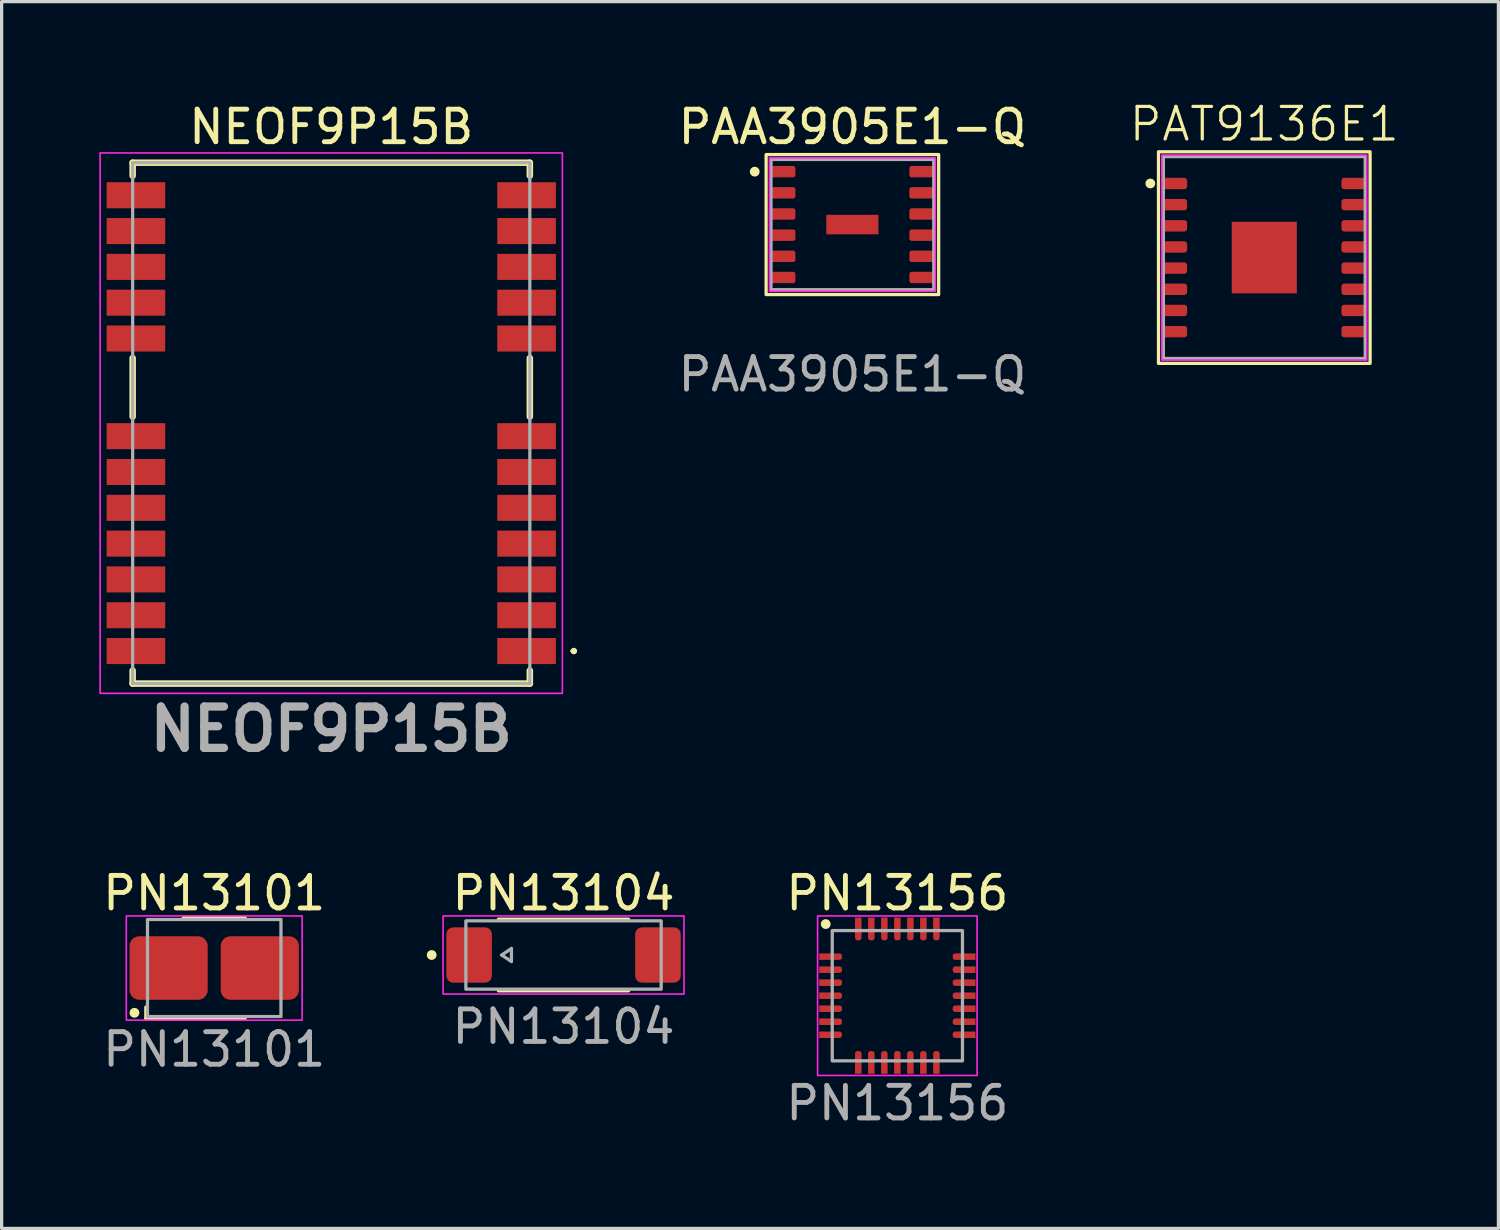
<source format=kicad_pcb>
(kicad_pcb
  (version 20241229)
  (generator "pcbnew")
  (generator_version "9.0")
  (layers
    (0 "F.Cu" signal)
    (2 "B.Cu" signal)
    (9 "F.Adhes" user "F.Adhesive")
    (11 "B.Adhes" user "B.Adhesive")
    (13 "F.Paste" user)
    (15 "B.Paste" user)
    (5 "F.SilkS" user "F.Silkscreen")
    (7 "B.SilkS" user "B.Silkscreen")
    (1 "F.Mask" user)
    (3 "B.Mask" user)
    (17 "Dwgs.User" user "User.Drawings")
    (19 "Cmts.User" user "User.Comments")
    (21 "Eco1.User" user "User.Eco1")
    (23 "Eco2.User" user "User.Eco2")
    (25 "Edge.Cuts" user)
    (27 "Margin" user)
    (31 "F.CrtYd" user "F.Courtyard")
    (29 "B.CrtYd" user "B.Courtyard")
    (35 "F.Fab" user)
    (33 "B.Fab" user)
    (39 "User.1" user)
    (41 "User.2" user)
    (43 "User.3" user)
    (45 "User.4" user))
  (footprint "PN13101"
    (layer "F.Cu")
    (at 3.53 26.685)
    (property "Reference" "PN13101" (at 0 -2.3 0) (unlocked yes) (layer "F.SilkS") (effects (font (size 1 1) (thickness 0.15))))
    (attr smd board_only exclude_from_pos_files exclude_from_bom)
    (fp_line (start -2.1 1.55) (end -2.1 1.2) (stroke (width 0.1) (type default)) (layer "F.SilkS"))
    (fp_line (start -2.1 1.55) (end 0.95 1.55) (stroke (width 0.1) (type solid)) (layer "F.SilkS"))
    (fp_line (start -0.95 -1.55) (end 0.95 -1.55) (stroke (width 0.1) (type solid)) (layer "F.SilkS"))
    (fp_circle (center -2.45 1.375) (end -2.35 1.375) (stroke (width 0.1) (type solid)) (fill yes) (layer "F.SilkS"))
    (fp_rect (start -1.86 -0.675) (end -0.2 0.675) (stroke (width 0) (type solid)) (fill yes) (layer "F.Paste"))
    (fp_rect (start 0.2 -0.675) (end 1.86 0.675) (stroke (width 0) (type solid)) (fill yes) (layer "F.Paste"))
    (fp_rect (start -2.7 -1.6) (end 2.7 1.6) (stroke (width 0.05) (type default)) (fill no) (layer "F.CrtYd"))
    (fp_rect (start -2.05 -1.49) (end 2.05 1.49) (stroke (width 0.1) (type solid)) (fill no) (layer "F.Fab"))
    (fp_text user "${REFERENCE}" (at 0 2.5 0) (unlocked yes) (layer "F.Fab") (effects (font (size 1 1) (thickness 0.15))))
    (pad "1" smd roundrect (at -1.4 0) (size 2.4 1.95) (layers "F.Cu" "F.Mask") (roundrect_rratio 0.15))
    (pad "2" smd roundrect (at 1.4 0) (size 2.4 1.95) (layers "F.Cu" "F.Mask") (roundrect_rratio 0.15)))
  (footprint "PAT9136E1"
    (layer "F.Cu")
    (at 35.785 4.861)
    (property "Reference" "PAT9136E1" (at 0 -4.1 0) (unlocked yes) (layer "F.SilkS") (effects (font (size 1 1) (thickness 0.1))))
    (attr smd)
    (fp_rect (start -3.25 -3.25) (end 3.25 3.25) (stroke (width 0.1) (type default)) (fill no) (layer "F.SilkS"))
    (fp_circle (center -3.5 -2.275) (end -3.4 -2.275) (stroke (width 0.1) (type solid)) (fill yes) (layer "F.SilkS"))
    (fp_rect (start -3.15 -3.15) (end 3.15 3.15) (stroke (width 0.05) (type default)) (fill no) (layer "F.CrtYd"))
    (fp_rect (start -3.1 -3.1) (end 3.1 3.1) (stroke (width 0.1) (type default)) (fill no) (layer "F.Fab"))
    (pad "1" smd roundrect (at -2.735 -2.275) (size 0.73 0.35) (layers "F.Cu" "F.Mask" "F.Paste") (roundrect_rratio 0.25) (chamfer_ratio 0) (chamfer top_left bottom_left))
    (pad "2" smd roundrect (at -2.735 -1.625) (size 0.73 0.35) (layers "F.Cu" "F.Mask" "F.Paste") (roundrect_rratio 0.25) (chamfer_ratio 0) (chamfer top_left bottom_left))
    (pad "3" smd roundrect (at -2.735 -0.975) (size 0.73 0.35) (layers "F.Cu" "F.Mask" "F.Paste") (roundrect_rratio 0.25) (chamfer_ratio 0) (chamfer top_left bottom_left))
    (pad "4" smd roundrect (at -2.735 -0.325) (size 0.73 0.35) (layers "F.Cu" "F.Mask" "F.Paste") (roundrect_rratio 0.25) (chamfer_ratio 0) (chamfer top_left bottom_left))
    (pad "5" smd roundrect (at -2.735 0.325) (size 0.73 0.35) (layers "F.Cu" "F.Mask" "F.Paste") (roundrect_rratio 0.25) (chamfer_ratio 0) (chamfer top_left bottom_left))
    (pad "6" smd roundrect (at -2.735 0.975) (size 0.73 0.35) (layers "F.Cu" "F.Mask" "F.Paste") (roundrect_rratio 0.25) (chamfer_ratio 0) (chamfer top_left bottom_left))
    (pad "7" smd roundrect (at -2.735 1.625) (size 0.73 0.35) (layers "F.Cu" "F.Mask" "F.Paste") (roundrect_rratio 0.25) (chamfer_ratio 0) (chamfer top_left bottom_left))
    (pad "8" smd roundrect (at -2.735 2.275) (size 0.73 0.35) (layers "F.Cu" "F.Mask" "F.Paste") (roundrect_rratio 0.25) (chamfer_ratio 0) (chamfer top_left bottom_left))
    (pad "9" smd roundrect (at 2.735 2.275 180) (size 0.73 0.35) (layers "F.Cu" "F.Mask" "F.Paste") (roundrect_rratio 0.25) (chamfer_ratio 0) (chamfer top_left bottom_left))
    (pad "10" smd roundrect (at 2.735 1.625 180) (size 0.73 0.35) (layers "F.Cu" "F.Mask" "F.Paste") (roundrect_rratio 0.25) (chamfer_ratio 0) (chamfer top_left bottom_left))
    (pad "11" smd roundrect (at 2.735 0.975 180) (size 0.73 0.35) (layers "F.Cu" "F.Mask" "F.Paste") (roundrect_rratio 0.25) (chamfer_ratio 0) (chamfer top_left bottom_left))
    (pad "12" smd roundrect (at 2.735 0.325 180) (size 0.73 0.35) (layers "F.Cu" "F.Mask" "F.Paste") (roundrect_rratio 0.25) (chamfer_ratio 0) (chamfer top_left bottom_left))
    (pad "13" smd roundrect (at 2.735 -0.325 180) (size 0.73 0.35) (layers "F.Cu" "F.Mask" "F.Paste") (roundrect_rratio 0.25) (chamfer_ratio 0) (chamfer top_left bottom_left))
    (pad "14" smd roundrect (at 2.735 -0.975 180) (size 0.73 0.35) (layers "F.Cu" "F.Mask" "F.Paste") (roundrect_rratio 0.25) (chamfer_ratio 0) (chamfer top_left bottom_left))
    (pad "15" smd roundrect (at 2.735 -1.625 180) (size 0.73 0.35) (layers "F.Cu" "F.Mask" "F.Paste") (roundrect_rratio 0.25) (chamfer_ratio 0) (chamfer top_left bottom_left))
    (pad "16" smd roundrect (at 2.735 -2.275 180) (size 0.73 0.35) (layers "F.Cu" "F.Mask" "F.Paste") (roundrect_rratio 0.25) (chamfer_ratio 0) (chamfer top_left bottom_left))
    (pad "17" smd rect (at 0 0 180) (size 2 2.2) (layers "F.Cu" "F.Mask" "F.Paste")))
  (footprint "PN13104"
    (layer "F.Cu")
    (at 14.26 26.285)
    (property "Reference" "PN13104" (at 0 -1.9 0) (unlocked yes) (layer "F.SilkS") (effects (font (size 1 1) (thickness 0.15))))
    (attr smd board_only exclude_from_pos_files exclude_from_bom)
    (fp_line (start -2 -1.1) (end 2 -1.1) (stroke (width 0.1) (type solid)) (layer "F.SilkS"))
    (fp_line (start -2 1.1) (end 2 1.1) (stroke (width 0.1) (type solid)) (layer "F.SilkS"))
    (fp_circle (center -4.05 0) (end -3.95 0) (stroke (width 0.1) (type solid)) (fill yes) (layer "F.SilkS"))
    (fp_rect (start -2.95 -0.6) (end -2.35 0.6) (stroke (width 0.1) (type solid)) (fill yes) (layer "F.Paste"))
    (fp_rect (start 2.35 -0.6) (end 2.95 0.6) (stroke (width 0.1) (type solid)) (fill yes) (layer "F.Paste"))
    (fp_rect (start -3.7 -1.2) (end 3.7 1.2) (stroke (width 0.05) (type default)) (fill no) (layer "F.CrtYd"))
    (fp_line (start -1.9 0) (end -1.6 -0.2) (stroke (width 0.1) (type default)) (layer "F.Fab"))
    (fp_line (start -1.6 -0.2) (end -1.6 0.2) (stroke (width 0.1) (type default)) (layer "F.Fab"))
    (fp_line (start -1.6 0.2) (end -1.9 0) (stroke (width 0.1) (type default)) (layer "F.Fab"))
    (fp_rect (start -3 -1.05) (end 3 1.05) (stroke (width 0.1) (type solid)) (fill no) (layer "F.Fab"))
    (fp_text user "${REFERENCE}" (at 0 2.2 0) (unlocked yes) (layer "F.Fab") (effects (font (size 1 1) (thickness 0.15))))
    (pad "1" smd roundrect (at -2.9 0) (size 1.4 1.7) (layers "F.Cu" "F.Mask") (roundrect_rratio 0.15))
    (pad "2" smd roundrect (at 2.9 0) (size 1.4 1.7) (layers "F.Cu" "F.Mask") (roundrect_rratio 0.15)))
  (footprint "NEOF9P15B"
    (layer "F.Cu")
    (at 7.125 9.948)
    (property "Reference" "NEOF9P15B" (at 0 -9.1 0) (layer "F.SilkS") (effects (font (size 1 1) (thickness 0.15))))
    (attr smd)
    (fp_line (start -6.1 -8) (end -6.1 -7.6) (stroke (width 0.2) (type solid)) (layer "F.SilkS"))
    (fp_line (start -6.1 -2) (end -6.1 -0.2) (stroke (width 0.2) (type solid)) (layer "F.SilkS"))
    (fp_line (start -6.1 8) (end -6.1 7.6) (stroke (width 0.2) (type solid)) (layer "F.SilkS"))
    (fp_line (start 6.1 -8) (end -6.1 -8) (stroke (width 0.2) (type solid)) (layer "F.SilkS"))
    (fp_line (start 6.1 -7.6) (end 6.1 -8) (stroke (width 0.2) (type solid)) (layer "F.SilkS"))
    (fp_line (start 6.1 -2) (end 6.1 -0.2) (stroke (width 0.2) (type solid)) (layer "F.SilkS"))
    (fp_line (start 6.1 7.6) (end 6.1 8) (stroke (width 0.2) (type solid)) (layer "F.SilkS"))
    (fp_line (start 6.1 8) (end -6.1 8) (stroke (width 0.2) (type solid)) (layer "F.SilkS"))
    (fp_line (start 7.4 7) (end 7.4 7) (stroke (width 0.1) (type solid)) (layer "F.SilkS"))
    (fp_line (start 7.5 7) (end 7.5 7) (stroke (width 0.1) (type solid)) (layer "F.SilkS"))
    (fp_arc (start 7.4 7) (mid 7.45 6.95) (end 7.5 7) (stroke (width 0.1) (type solid)) (layer "F.SilkS"))
    (fp_arc (start 7.5 7) (mid 7.45 7.05) (end 7.4 7) (stroke (width 0.1) (type solid)) (layer "F.SilkS"))
    (fp_rect (start -7.1 -8.3) (end 7.1 8.3) (stroke (width 0.05) (type default)) (fill no) (layer "F.CrtYd"))
    (fp_line (start -6.1 -8) (end -6.1 8) (stroke (width 0.1) (type solid)) (layer "F.Fab"))
    (fp_line (start -6.1 8) (end 6.1 8) (stroke (width 0.1) (type solid)) (layer "F.Fab"))
    (fp_line (start 6.1 -8) (end -6.1 -8) (stroke (width 0.1) (type solid)) (layer "F.Fab"))
    (fp_line (start 6.1 8) (end 6.1 -8) (stroke (width 0.1) (type solid)) (layer "F.Fab"))
    (fp_text user "${REFERENCE}" (at 0 9.4 0) (layer "F.Fab") (effects (font (size 1.27 1.27) (thickness 0.254))))
    (pad "1" smd rect (at 6 7 90) (size 0.8 1.8) (layers "F.Cu" "F.Mask" "F.Paste"))
    (pad "2" smd rect (at 6 5.9 90) (size 0.8 1.8) (layers "F.Cu" "F.Mask" "F.Paste"))
    (pad "3" smd rect (at 6 4.8 90) (size 0.8 1.8) (layers "F.Cu" "F.Mask" "F.Paste"))
    (pad "4" smd rect (at 6 3.7 90) (size 0.8 1.8) (layers "F.Cu" "F.Mask" "F.Paste"))
    (pad "5" smd rect (at 6 2.6 90) (size 0.8 1.8) (layers "F.Cu" "F.Mask" "F.Paste"))
    (pad "6" smd rect (at 6 1.5 90) (size 0.8 1.8) (layers "F.Cu" "F.Mask" "F.Paste"))
    (pad "7" smd rect (at 6 0.4 90) (size 0.8 1.8) (layers "F.Cu" "F.Mask" "F.Paste"))
    (pad "8" smd rect (at 6 -2.6 90) (size 0.8 1.8) (layers "F.Cu" "F.Mask" "F.Paste"))
    (pad "9" smd rect (at 6 -3.7 90) (size 0.8 1.8) (layers "F.Cu" "F.Mask" "F.Paste"))
    (pad "10" smd rect (at 6 -4.8 90) (size 0.8 1.8) (layers "F.Cu" "F.Mask" "F.Paste"))
    (pad "11" smd rect (at 6 -5.9 90) (size 0.8 1.8) (layers "F.Cu" "F.Mask" "F.Paste"))
    (pad "12" smd rect (at 6 -7 90) (size 0.8 1.8) (layers "F.Cu" "F.Mask" "F.Paste"))
    (pad "13" smd rect (at -6 -7 90) (size 0.8 1.8) (layers "F.Cu" "F.Mask" "F.Paste"))
    (pad "14" smd rect (at -6 -5.9 90) (size 0.8 1.8) (layers "F.Cu" "F.Mask" "F.Paste"))
    (pad "15" smd rect (at -6 -4.8 90) (size 0.8 1.8) (layers "F.Cu" "F.Mask" "F.Paste"))
    (pad "16" smd rect (at -6 -3.7 90) (size 0.8 1.8) (layers "F.Cu" "F.Mask" "F.Paste"))
    (pad "17" smd rect (at -6 -2.6 90) (size 0.8 1.8) (layers "F.Cu" "F.Mask" "F.Paste"))
    (pad "18" smd rect (at -6 0.4 90) (size 0.8 1.8) (layers "F.Cu" "F.Mask" "F.Paste"))
    (pad "19" smd rect (at -6 1.5 90) (size 0.8 1.8) (layers "F.Cu" "F.Mask" "F.Paste"))
    (pad "20" smd rect (at -6 2.6 90) (size 0.8 1.8) (layers "F.Cu" "F.Mask" "F.Paste"))
    (pad "21" smd rect (at -6 3.7 90) (size 0.8 1.8) (layers "F.Cu" "F.Mask" "F.Paste"))
    (pad "22" smd rect (at -6 4.8 90) (size 0.8 1.8) (layers "F.Cu" "F.Mask" "F.Paste"))
    (pad "23" smd rect (at -6 5.9 90) (size 0.8 1.8) (layers "F.Cu" "F.Mask" "F.Paste"))
    (pad "24" smd rect (at -6 7 90) (size 0.8 1.8) (layers "F.Cu" "F.Mask" "F.Paste")))
  (footprint "PAA3905E1-Q"
    (layer "F.Cu")
    (at 23.133 3.848)
    (property "Reference" "PAA3905E1-Q" (at 0 -3 0) (unlocked yes) (layer "F.SilkS") (effects (font (size 1 1) (thickness 0.15))))
    (attr smd)
    (fp_rect (start -2.65 -2.15) (end 2.65 2.15) (stroke (width 0.1) (type default)) (fill no) (layer "F.SilkS"))
    (fp_circle (center -3 -1.625) (end -2.9 -1.625) (stroke (width 0.1) (type solid)) (fill yes) (layer "F.SilkS"))
    (fp_rect (start -2.55 -2.05) (end 2.55 2.05) (stroke (width 0.05) (type default)) (fill no) (layer "F.CrtYd"))
    (fp_rect (start -2.5 -2) (end 2.5 2) (stroke (width 0.1) (type default)) (fill no) (layer "F.Fab"))
    (fp_text user "${REFERENCE}" (at 0 4.6 0) (unlocked yes) (layer "F.Fab") (effects (font (size 1 1) (thickness 0.15))))
    (pad "1" smd roundrect (at -2.125 -1.625) (size 0.75 0.35) (layers "F.Cu" "F.Mask" "F.Paste") (roundrect_rratio 0.2) (chamfer_ratio 0) (chamfer top_left bottom_left))
    (pad "2" smd roundrect (at -2.125 -0.975) (size 0.75 0.35) (layers "F.Cu" "F.Mask" "F.Paste") (roundrect_rratio 0.2) (chamfer_ratio 0) (chamfer top_left bottom_left))
    (pad "3" smd roundrect (at -2.125 -0.325) (size 0.75 0.35) (layers "F.Cu" "F.Mask" "F.Paste") (roundrect_rratio 0.2) (chamfer_ratio 0) (chamfer top_left bottom_left))
    (pad "4" smd roundrect (at -2.125 0.325) (size 0.75 0.35) (layers "F.Cu" "F.Mask" "F.Paste") (roundrect_rratio 0.2) (chamfer_ratio 0) (chamfer top_left bottom_left))
    (pad "4" smd rect (at 0 0) (size 1.6 0.6) (layers "F.Cu" "F.Mask" "F.Paste"))
    (pad "5" smd roundrect (at -2.125 0.975) (size 0.75 0.35) (layers "F.Cu" "F.Mask" "F.Paste") (roundrect_rratio 0.2) (chamfer_ratio 0) (chamfer top_left bottom_left))
    (pad "6" smd roundrect (at -2.125 1.625) (size 0.75 0.35) (layers "F.Cu" "F.Mask" "F.Paste") (roundrect_rratio 0.2) (chamfer_ratio 0) (chamfer top_left bottom_left))
    (pad "7" smd roundrect (at 2.125 1.625) (size 0.75 0.35) (layers "F.Cu" "F.Mask" "F.Paste") (roundrect_rratio 0.2) (chamfer_ratio 0) (chamfer top_right bottom_right))
    (pad "8" smd roundrect (at 2.125 0.975) (size 0.75 0.35) (layers "F.Cu" "F.Mask" "F.Paste") (roundrect_rratio 0.2) (chamfer_ratio 0) (chamfer top_right bottom_right))
    (pad "9" smd roundrect (at 2.125 0.325) (size 0.75 0.35) (layers "F.Cu" "F.Mask" "F.Paste") (roundrect_rratio 0.2) (chamfer_ratio 0) (chamfer top_right bottom_right))
    (pad "10" smd roundrect (at 2.125 -0.325) (size 0.75 0.35) (layers "F.Cu" "F.Mask" "F.Paste") (roundrect_rratio 0.2) (chamfer_ratio 0) (chamfer top_right bottom_right))
    (pad "11" smd roundrect (at 2.125 -0.975) (size 0.75 0.35) (layers "F.Cu" "F.Mask" "F.Paste") (roundrect_rratio 0.2) (chamfer_ratio 0) (chamfer top_right bottom_right))
    (pad "12" smd roundrect (at 2.125 -1.625) (size 0.75 0.35) (layers "F.Cu" "F.Mask" "F.Paste") (roundrect_rratio 0.2) (chamfer_ratio 0) (chamfer top_right bottom_right)))
  (footprint "PN13156"
    (layer "F.Cu")
    (at 24.514 27.535)
    (property "Reference" "PN13156" (at 0 -3.15 0) (unlocked yes) (layer "F.SilkS") (effects (font (size 1 1) (thickness 0.15))))
    (attr smd board_only exclude_from_pos_files exclude_from_bom)
    (fp_circle (center -2.2 -2.2) (end -2.1 -2.2) (stroke (width 0.1) (type solid)) (fill yes) (layer "F.SilkS"))
    (fp_rect (start -2.45 -2.45) (end 2.45 2.45) (stroke (width 0.05) (type default)) (fill no) (layer "F.CrtYd"))
    (fp_rect (start -2 -2) (end 2 2) (stroke (width 0.1) (type solid)) (fill no) (layer "F.Fab"))
    (fp_text user "${REFERENCE}" (at 0 3.3 0) (unlocked yes) (layer "F.Fab") (effects (font (size 1 1) (thickness 0.15))))
    (pad "1" smd roundrect (at -2.05 -1.2) (size 0.7 0.2) (layers "F.Cu" "F.Mask" "F.Paste") (roundrect_rratio 0.4) (chamfer_ratio 0) (chamfer top_left bottom_left))
    (pad "2" smd roundrect (at -2.05 -0.8) (size 0.7 0.2) (layers "F.Cu" "F.Mask" "F.Paste") (roundrect_rratio 0.4) (chamfer_ratio 0) (chamfer top_left bottom_left))
    (pad "3" smd roundrect (at -2.05 -0.4) (size 0.7 0.2) (layers "F.Cu" "F.Mask" "F.Paste") (roundrect_rratio 0.4) (chamfer_ratio 0) (chamfer top_left bottom_left))
    (pad "4" smd roundrect (at -2.05 0) (size 0.7 0.2) (layers "F.Cu" "F.Mask" "F.Paste") (roundrect_rratio 0.4) (chamfer_ratio 0) (chamfer top_left bottom_left))
    (pad "5" smd roundrect (at -2.05 0.4) (size 0.7 0.2) (layers "F.Cu" "F.Mask" "F.Paste") (roundrect_rratio 0.4) (chamfer_ratio 0) (chamfer top_left bottom_left))
    (pad "6" smd roundrect (at -2.05 0.8) (size 0.7 0.2) (layers "F.Cu" "F.Mask" "F.Paste") (roundrect_rratio 0.4) (chamfer_ratio 0) (chamfer top_left bottom_left))
    (pad "7" smd roundrect (at -2.05 1.2) (size 0.7 0.2) (layers "F.Cu" "F.Mask" "F.Paste") (roundrect_rratio 0.4) (chamfer_ratio 0) (chamfer top_left bottom_left))
    (pad "8" smd roundrect (at -1.2 2.05 90) (size 0.7 0.2) (layers "F.Cu" "F.Mask" "F.Paste") (roundrect_rratio 0.4) (chamfer_ratio 0) (chamfer top_left bottom_left))
    (pad "9" smd roundrect (at -0.8 2.05 90) (size 0.7 0.2) (layers "F.Cu" "F.Mask" "F.Paste") (roundrect_rratio 0.4) (chamfer_ratio 0) (chamfer top_left bottom_left))
    (pad "10" smd roundrect (at -0.4 2.05 90) (size 0.7 0.2) (layers "F.Cu" "F.Mask" "F.Paste") (roundrect_rratio 0.4) (chamfer_ratio 0) (chamfer top_left bottom_left))
    (pad "11" smd roundrect (at 0 2.05 90) (size 0.7 0.2) (layers "F.Cu" "F.Mask" "F.Paste") (roundrect_rratio 0.4) (chamfer_ratio 0) (chamfer top_left bottom_left))
    (pad "12" smd roundrect (at 0.4 2.05 90) (size 0.7 0.2) (layers "F.Cu" "F.Mask" "F.Paste") (roundrect_rratio 0.4) (chamfer_ratio 0) (chamfer top_left bottom_left))
    (pad "13" smd roundrect (at 0.8 2.05 90) (size 0.7 0.2) (layers "F.Cu" "F.Mask" "F.Paste") (roundrect_rratio 0.4) (chamfer_ratio 0) (chamfer top_left bottom_left))
    (pad "14" smd roundrect (at 1.2 2.05 90) (size 0.7 0.2) (layers "F.Cu" "F.Mask" "F.Paste") (roundrect_rratio 0.4) (chamfer_ratio 0) (chamfer top_left bottom_left))
    (pad "15" smd roundrect (at 2.05 1.2 180) (size 0.7 0.2) (layers "F.Cu" "F.Mask" "F.Paste") (roundrect_rratio 0.4) (chamfer_ratio 0) (chamfer top_left bottom_left))
    (pad "16" smd roundrect (at 2.05 0.8 180) (size 0.7 0.2) (layers "F.Cu" "F.Mask" "F.Paste") (roundrect_rratio 0.4) (chamfer_ratio 0) (chamfer top_left bottom_left))
    (pad "17" smd roundrect (at 2.05 0.4 180) (size 0.7 0.2) (layers "F.Cu" "F.Mask" "F.Paste") (roundrect_rratio 0.4) (chamfer_ratio 0) (chamfer top_left bottom_left))
    (pad "18" smd roundrect (at 2.05 0 180) (size 0.7 0.2) (layers "F.Cu" "F.Mask" "F.Paste") (roundrect_rratio 0.4) (chamfer_ratio 0) (chamfer top_left bottom_left))
    (pad "19" smd roundrect (at 2.05 -0.4 180) (size 0.7 0.2) (layers "F.Cu" "F.Mask" "F.Paste") (roundrect_rratio 0.4) (chamfer_ratio 0) (chamfer top_left bottom_left))
    (pad "20" smd roundrect (at 2.05 -0.8 180) (size 0.7 0.2) (layers "F.Cu" "F.Mask" "F.Paste") (roundrect_rratio 0.4) (chamfer_ratio 0) (chamfer top_left bottom_left))
    (pad "21" smd roundrect (at 2.05 -1.2 180) (size 0.7 0.2) (layers "F.Cu" "F.Mask" "F.Paste") (roundrect_rratio 0.4) (chamfer_ratio 0) (chamfer top_left bottom_left))
    (pad "22" smd roundrect (at 1.2 -2.05 270) (size 0.7 0.2) (layers "F.Cu" "F.Mask" "F.Paste") (roundrect_rratio 0.4) (chamfer_ratio 0) (chamfer top_left bottom_left))
    (pad "23" smd roundrect (at 0.8 -2.05 270) (size 0.7 0.2) (layers "F.Cu" "F.Mask" "F.Paste") (roundrect_rratio 0.4) (chamfer_ratio 0) (chamfer top_left bottom_left))
    (pad "24" smd roundrect (at 0.4 -2.05 270) (size 0.7 0.2) (layers "F.Cu" "F.Mask" "F.Paste") (roundrect_rratio 0.4) (chamfer_ratio 0) (chamfer top_left bottom_left))
    (pad "25" smd roundrect (at 0 -2.05 270) (size 0.7 0.2) (layers "F.Cu" "F.Mask" "F.Paste") (roundrect_rratio 0.4) (chamfer_ratio 0) (chamfer top_left bottom_left))
    (pad "26" smd roundrect (at -0.4 -2.05 270) (size 0.7 0.2) (layers "F.Cu" "F.Mask" "F.Paste") (roundrect_rratio 0.4) (chamfer_ratio 0) (chamfer top_left bottom_left))
    (pad "27" smd roundrect (at -0.8 -2.05 270) (size 0.7 0.2) (layers "F.Cu" "F.Mask" "F.Paste") (roundrect_rratio 0.4) (chamfer_ratio 0) (chamfer top_left bottom_left))
    (pad "28" smd roundrect (at -1.2 -2.05 270) (size 0.7 0.2) (layers "F.Cu" "F.Mask" "F.Paste") (roundrect_rratio 0.4) (chamfer_ratio 0) (chamfer top_left bottom_left)))
  (gr_rect
    (start -3 -3)
    (end 42.977 34.683)
    (stroke (width 0.1) (type default))
    (fill no)
    (layer "Edge.Cuts")))
</source>
